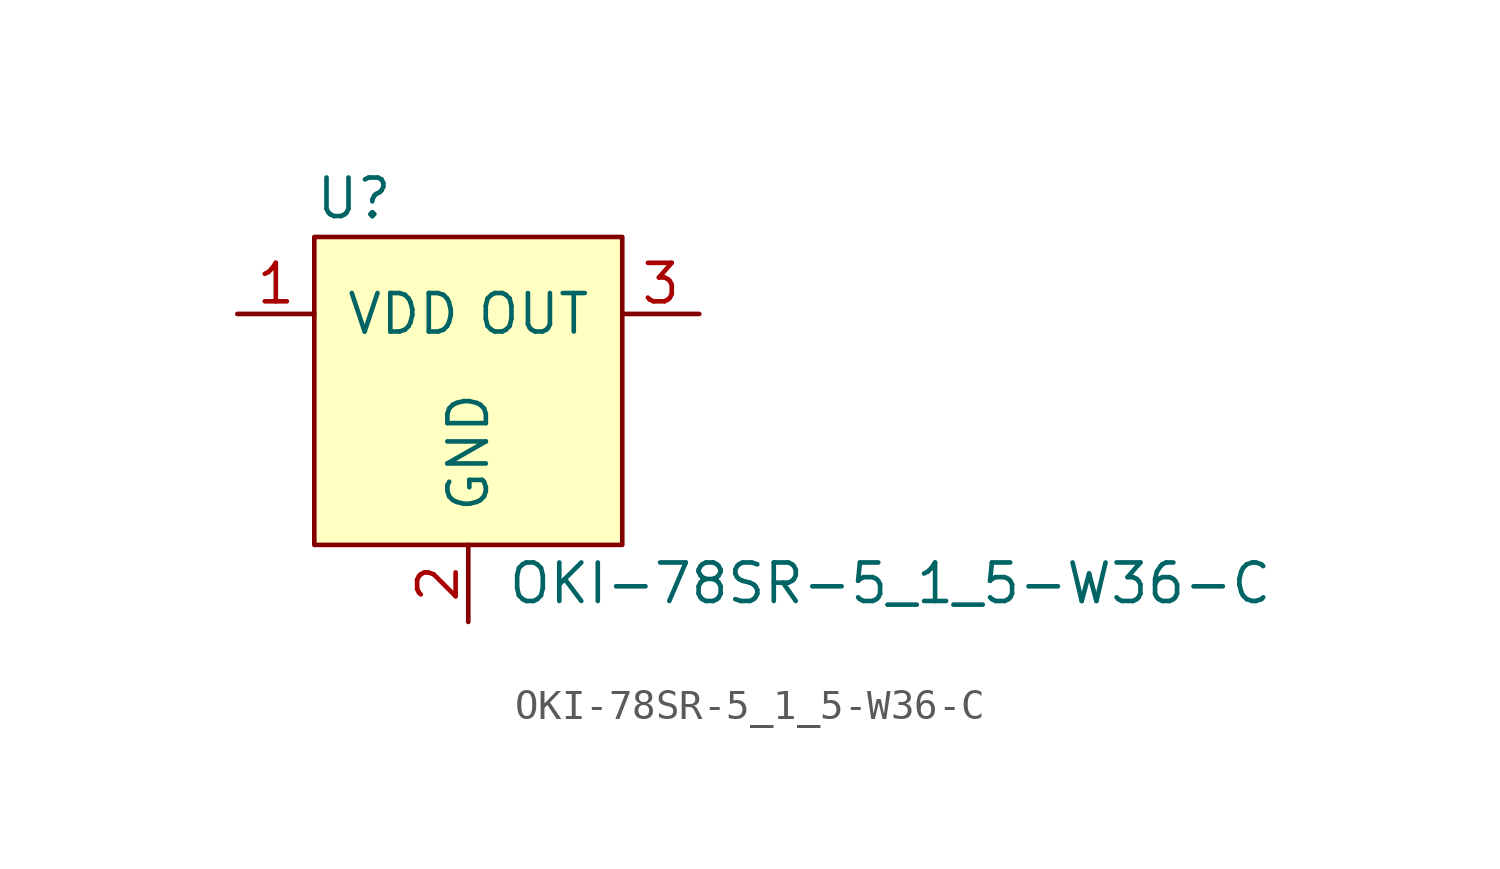
<source format=kicad_sym>
(kicad_symbol_lib
  (version 20220914)
  (generator kicad_symbol_editor)
  (symbol "OKI-78SR-5_1_5-W36-C"
    (pin_names
      (offset 1.016))
    (property "Reference" "U"
      (at -5.08 6.35 0)
      (effects (font (size 1.27 1.27)) (justify left)))
    (property "Value" "OKI-78SR-5_1_5-W36-C"
      (at 1.27 -6.35 0)
      (effects (font (size 1.27 1.27)) (justify left)))
    (symbol "OKI-78SR-5_1_5-W36-C_0_1"
      (rectangle (start 5.08 5.08) (end -5.08 -5.08) (stroke (width 0) (type default)) (fill (type background))))
    (symbol "OKI-78SR-5_1_5-W36-C_1_1"
      (pin power_in line (at -7.62 2.54 0) (length 2.54) (name "VDD" (effects (font (size 1.27 1.27)))) (number "1" (effects (font (size 1.27 1.27)))))
      (pin power_in line (at 0 -7.62 90) (length 2.54) (name "GND" (effects (font (size 1.27 1.27)))) (number "2" (effects (font (size 1.27 1.27)))))
      (pin power_out line (at 7.62 2.54 180) (length 2.54) (name "OUT" (effects (font (size 1.27 1.27)))) (number "3" (effects (font (size 1.27 1.27))))))))
</source>
